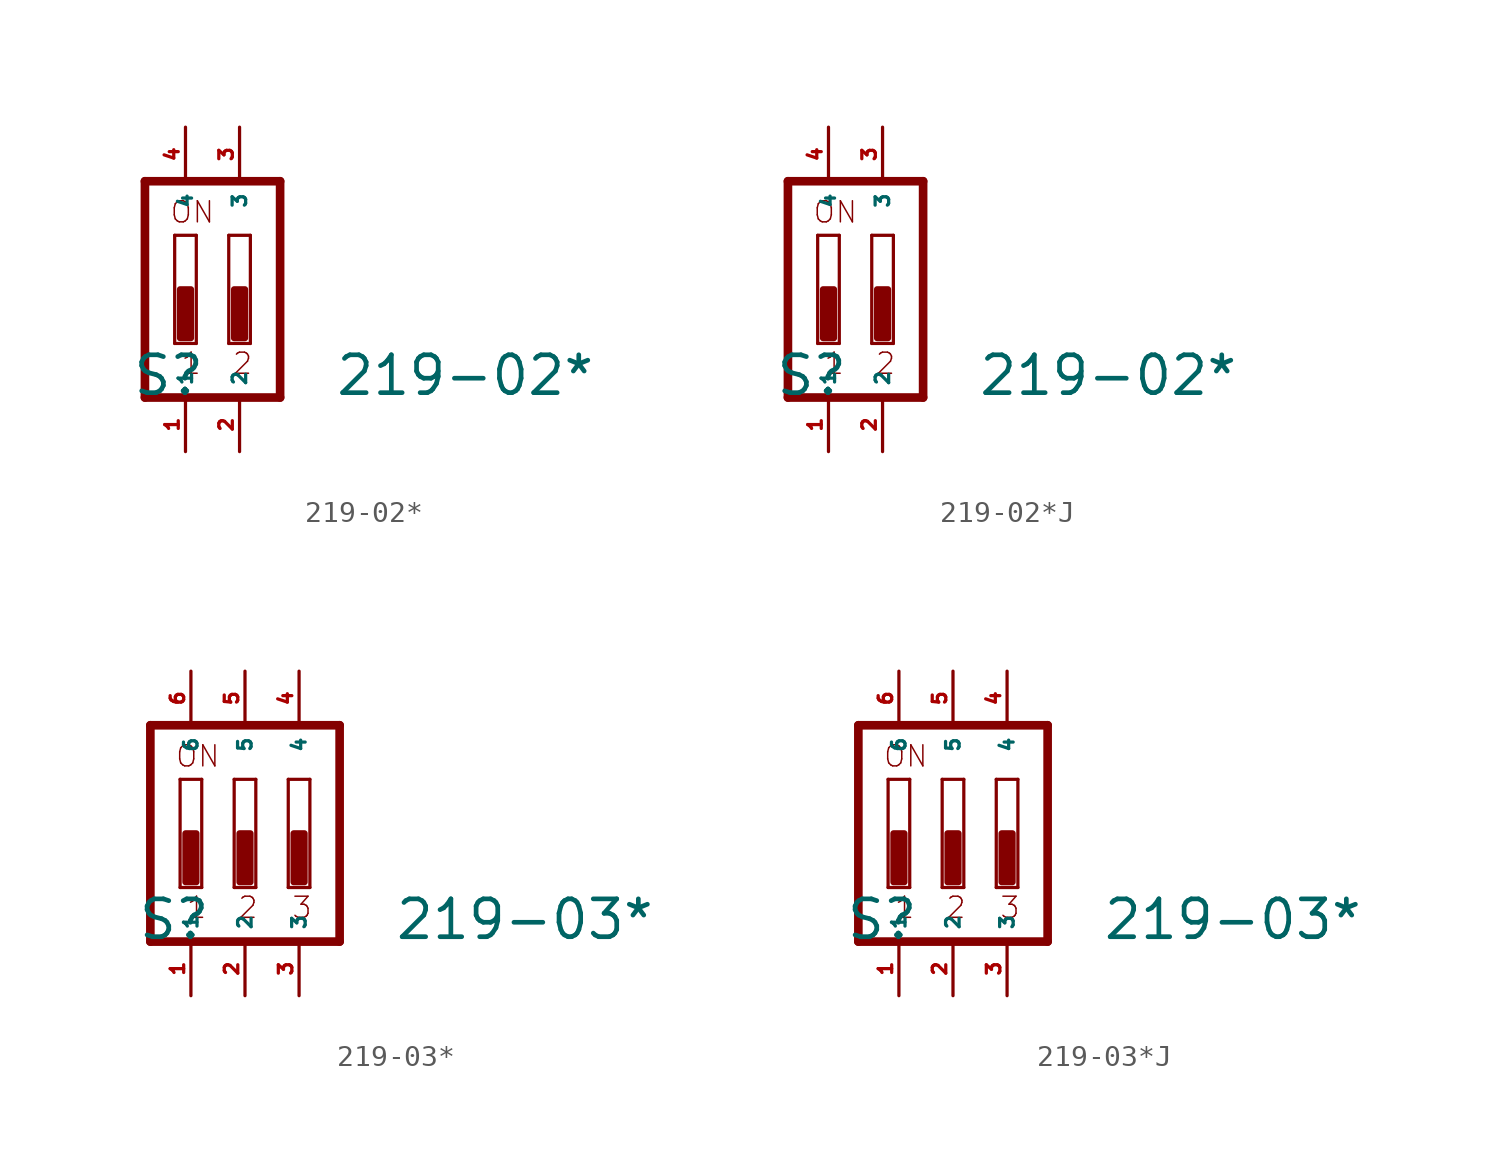
<source format=kicad_sym>
(kicad_symbol_lib
  (version 20220914)
  (generator Eagle2Kicad)
  (symbol "219-02*"
    (property "Reference" "S"
      (at -2.54 -5.08 0)
      (effects (font (size 1.778 1.778) (thickness 0.22)) (justify left bottom)))
    (property "Value" "219-02*"
      (at 6.985 -5.08 0)
      (effects (font (size 1.778 1.778) (thickness 0.22)) (justify left bottom)))
    (polyline
      (pts (xy -1.905 5.08) (xy -1.905 -5.08))
      (stroke (width 0.406) (type default))
      (fill (type none)))
    (polyline
      (pts (xy -1.905 5.08) (xy 4.445 5.08))
      (stroke (width 0.406) (type default))
      (fill (type none)))
    (polyline
      (pts (xy 4.445 -5.08) (xy 4.445 5.08))
      (stroke (width 0.406) (type default))
      (fill (type none)))
    (polyline
      (pts (xy 4.445 -5.08) (xy -1.905 -5.08))
      (stroke (width 0.406) (type default))
      (fill (type none)))
    (polyline
      (pts (xy 0.508 -2.54) (xy -0.508 -2.54))
      (stroke (width 0.152) (type default))
      (fill (type none)))
    (polyline
      (pts (xy -0.508 2.54) (xy 0.508 2.54))
      (stroke (width 0.152) (type default))
      (fill (type none)))
    (polyline
      (pts (xy 0.508 2.54) (xy 0.508 -2.54))
      (stroke (width 0.152) (type default))
      (fill (type none)))
    (polyline
      (pts (xy -0.508 -2.54) (xy -0.508 2.54))
      (stroke (width 0.152) (type default))
      (fill (type none)))
    (polyline
      (pts (xy 3.048 -2.54) (xy 2.032 -2.54))
      (stroke (width 0.152) (type default))
      (fill (type none)))
    (polyline
      (pts (xy 2.032 2.54) (xy 3.048 2.54))
      (stroke (width 0.152) (type default))
      (fill (type none)))
    (polyline
      (pts (xy 3.048 2.54) (xy 3.048 -2.54))
      (stroke (width 0.152) (type default))
      (fill (type none)))
    (polyline
      (pts (xy 2.032 -2.54) (xy 2.032 2.54))
      (stroke (width 0.152) (type default))
      (fill (type none)))
    (text "1"
      (at -0.254 -4.064 0)
      (effects (font (size 0.991 0.991) (thickness 0.07)) (justify left bottom)))
    (text "2"
      (at 2.159 -4.064 0)
      (effects (font (size 0.991 0.991) (thickness 0.07)) (justify left bottom)))
    (text "ON"
      (at -0.762 3.048 0)
      (effects (font (size 0.991 0.991) (thickness 0.07)) (justify left bottom)))
    (rectangle
      (start -0.254 -2.286)
      (end 0.254 0)
      (stroke (width 0.3) (type default))
      (fill (type outline)))
    (rectangle
      (start 2.286 -2.286)
      (end 2.794 0)
      (stroke (width 0.3) (type default))
      (fill (type outline)))
    (pin passive line
      (at 2.54 7.62 270)
      (length 2.54)
      (name "3" (effects (font (size 0.635 0.635) (thickness 0.08)) (justify left bottom)))
      (number "3" (effects (font (size 0.635 0.635) (thickness 0.08)) (justify left bottom))))
    (pin passive line
      (at 0 7.62 270)
      (length 2.54)
      (name "4" (effects (font (size 0.635 0.635) (thickness 0.08)) (justify left bottom)))
      (number "4" (effects (font (size 0.635 0.635) (thickness 0.08)) (justify left bottom))))
    (pin passive line
      (at 0 -7.62 90)
      (length 2.54)
      (name "1" (effects (font (size 0.635 0.635) (thickness 0.08)) (justify left bottom)))
      (number "1" (effects (font (size 0.635 0.635) (thickness 0.08)) (justify left bottom))))
    (pin passive line
      (at 2.54 -7.62 90)
      (length 2.54)
      (name "2" (effects (font (size 0.635 0.635) (thickness 0.08)) (justify left bottom)))
      (number "2" (effects (font (size 0.635 0.635) (thickness 0.08)) (justify left bottom)))))
  (symbol "219-02*J"
    (property "Reference" "S"
      (at -2.54 -5.08 0)
      (effects (font (size 1.778 1.778) (thickness 0.22)) (justify left bottom)))
    (property "Value" "219-02*"
      (at 6.985 -5.08 0)
      (effects (font (size 1.778 1.778) (thickness 0.22)) (justify left bottom)))
    (polyline
      (pts (xy -1.905 5.08) (xy -1.905 -5.08))
      (stroke (width 0.406) (type default))
      (fill (type none)))
    (polyline
      (pts (xy -1.905 5.08) (xy 4.445 5.08))
      (stroke (width 0.406) (type default))
      (fill (type none)))
    (polyline
      (pts (xy 4.445 -5.08) (xy 4.445 5.08))
      (stroke (width 0.406) (type default))
      (fill (type none)))
    (polyline
      (pts (xy 4.445 -5.08) (xy -1.905 -5.08))
      (stroke (width 0.406) (type default))
      (fill (type none)))
    (polyline
      (pts (xy 0.508 -2.54) (xy -0.508 -2.54))
      (stroke (width 0.152) (type default))
      (fill (type none)))
    (polyline
      (pts (xy -0.508 2.54) (xy 0.508 2.54))
      (stroke (width 0.152) (type default))
      (fill (type none)))
    (polyline
      (pts (xy 0.508 2.54) (xy 0.508 -2.54))
      (stroke (width 0.152) (type default))
      (fill (type none)))
    (polyline
      (pts (xy -0.508 -2.54) (xy -0.508 2.54))
      (stroke (width 0.152) (type default))
      (fill (type none)))
    (polyline
      (pts (xy 3.048 -2.54) (xy 2.032 -2.54))
      (stroke (width 0.152) (type default))
      (fill (type none)))
    (polyline
      (pts (xy 2.032 2.54) (xy 3.048 2.54))
      (stroke (width 0.152) (type default))
      (fill (type none)))
    (polyline
      (pts (xy 3.048 2.54) (xy 3.048 -2.54))
      (stroke (width 0.152) (type default))
      (fill (type none)))
    (polyline
      (pts (xy 2.032 -2.54) (xy 2.032 2.54))
      (stroke (width 0.152) (type default))
      (fill (type none)))
    (text "1"
      (at -0.254 -4.064 0)
      (effects (font (size 0.991 0.991) (thickness 0.07)) (justify left bottom)))
    (text "2"
      (at 2.159 -4.064 0)
      (effects (font (size 0.991 0.991) (thickness 0.07)) (justify left bottom)))
    (text "ON"
      (at -0.762 3.048 0)
      (effects (font (size 0.991 0.991) (thickness 0.07)) (justify left bottom)))
    (rectangle
      (start -0.254 -2.286)
      (end 0.254 0)
      (stroke (width 0.3) (type default))
      (fill (type outline)))
    (rectangle
      (start 2.286 -2.286)
      (end 2.794 0)
      (stroke (width 0.3) (type default))
      (fill (type outline)))
    (pin passive line
      (at 2.54 7.62 270)
      (length 2.54)
      (name "3" (effects (font (size 0.635 0.635) (thickness 0.08)) (justify left bottom)))
      (number "3" (effects (font (size 0.635 0.635) (thickness 0.08)) (justify left bottom))))
    (pin passive line
      (at 0 7.62 270)
      (length 2.54)
      (name "4" (effects (font (size 0.635 0.635) (thickness 0.08)) (justify left bottom)))
      (number "4" (effects (font (size 0.635 0.635) (thickness 0.08)) (justify left bottom))))
    (pin passive line
      (at 0 -7.62 90)
      (length 2.54)
      (name "1" (effects (font (size 0.635 0.635) (thickness 0.08)) (justify left bottom)))
      (number "1" (effects (font (size 0.635 0.635) (thickness 0.08)) (justify left bottom))))
    (pin passive line
      (at 2.54 -7.62 90)
      (length 2.54)
      (name "2" (effects (font (size 0.635 0.635) (thickness 0.08)) (justify left bottom)))
      (number "2" (effects (font (size 0.635 0.635) (thickness 0.08)) (justify left bottom)))))
  (symbol "219-03*"
    (property "Reference" "S"
      (at -5.08 -5.08 0)
      (effects (font (size 1.778 1.778) (thickness 0.22)) (justify left bottom)))
    (property "Value" "219-03*"
      (at 6.985 -5.08 0)
      (effects (font (size 1.778 1.778) (thickness 0.22)) (justify left bottom)))
    (polyline
      (pts (xy 4.445 5.08) (xy 4.445 -5.08))
      (stroke (width 0.406) (type default))
      (fill (type none)))
    (polyline
      (pts (xy 4.445 5.08) (xy -4.445 5.08))
      (stroke (width 0.406) (type default))
      (fill (type none)))
    (polyline
      (pts (xy -4.445 5.08) (xy -4.445 -5.08))
      (stroke (width 0.406) (type default))
      (fill (type none)))
    (polyline
      (pts (xy -4.445 -5.08) (xy 4.445 -5.08))
      (stroke (width 0.406) (type default))
      (fill (type none)))
    (polyline
      (pts (xy -2.032 -2.54) (xy -3.048 -2.54))
      (stroke (width 0.152) (type default))
      (fill (type none)))
    (polyline
      (pts (xy -3.048 2.54) (xy -2.032 2.54))
      (stroke (width 0.152) (type default))
      (fill (type none)))
    (polyline
      (pts (xy -2.032 2.54) (xy -2.032 -2.54))
      (stroke (width 0.152) (type default))
      (fill (type none)))
    (polyline
      (pts (xy -3.048 -2.54) (xy -3.048 2.54))
      (stroke (width 0.152) (type default))
      (fill (type none)))
    (polyline
      (pts (xy 0.508 -2.54) (xy -0.508 -2.54))
      (stroke (width 0.152) (type default))
      (fill (type none)))
    (polyline
      (pts (xy -0.508 2.54) (xy 0.508 2.54))
      (stroke (width 0.152) (type default))
      (fill (type none)))
    (polyline
      (pts (xy 0.508 2.54) (xy 0.508 -2.54))
      (stroke (width 0.152) (type default))
      (fill (type none)))
    (polyline
      (pts (xy -0.508 -2.54) (xy -0.508 2.54))
      (stroke (width 0.152) (type default))
      (fill (type none)))
    (polyline
      (pts (xy 3.048 -2.54) (xy 2.032 -2.54))
      (stroke (width 0.152) (type default))
      (fill (type none)))
    (polyline
      (pts (xy 2.032 2.54) (xy 3.048 2.54))
      (stroke (width 0.152) (type default))
      (fill (type none)))
    (polyline
      (pts (xy 3.048 2.54) (xy 3.048 -2.54))
      (stroke (width 0.152) (type default))
      (fill (type none)))
    (polyline
      (pts (xy 2.032 -2.54) (xy 2.032 2.54))
      (stroke (width 0.152) (type default))
      (fill (type none)))
    (text "1"
      (at -2.794 -4.064 0)
      (effects (font (size 0.991 0.991) (thickness 0.07)) (justify left bottom)))
    (text "2"
      (at -0.381 -4.064 0)
      (effects (font (size 0.991 0.991) (thickness 0.07)) (justify left bottom)))
    (text "3"
      (at 2.159 -4.064 0)
      (effects (font (size 0.991 0.991) (thickness 0.07)) (justify left bottom)))
    (text "ON"
      (at -3.302 3.048 0)
      (effects (font (size 0.991 0.991) (thickness 0.07)) (justify left bottom)))
    (rectangle
      (start -2.794 -2.286)
      (end -2.286 0)
      (stroke (width 0.3) (type default))
      (fill (type outline)))
    (rectangle
      (start -0.254 -2.286)
      (end 0.254 0)
      (stroke (width 0.3) (type default))
      (fill (type outline)))
    (rectangle
      (start 2.286 -2.286)
      (end 2.794 0)
      (stroke (width 0.3) (type default))
      (fill (type outline)))
    (pin passive line
      (at 2.54 7.62 270)
      (length 2.54)
      (name "4" (effects (font (size 0.635 0.635) (thickness 0.08)) (justify left bottom)))
      (number "4" (effects (font (size 0.635 0.635) (thickness 0.08)) (justify left bottom))))
    (pin passive line
      (at 0 7.62 270)
      (length 2.54)
      (name "5" (effects (font (size 0.635 0.635) (thickness 0.08)) (justify left bottom)))
      (number "5" (effects (font (size 0.635 0.635) (thickness 0.08)) (justify left bottom))))
    (pin passive line
      (at -2.54 7.62 270)
      (length 2.54)
      (name "6" (effects (font (size 0.635 0.635) (thickness 0.08)) (justify left bottom)))
      (number "6" (effects (font (size 0.635 0.635) (thickness 0.08)) (justify left bottom))))
    (pin passive line
      (at -2.54 -7.62 90)
      (length 2.54)
      (name "1" (effects (font (size 0.635 0.635) (thickness 0.08)) (justify left bottom)))
      (number "1" (effects (font (size 0.635 0.635) (thickness 0.08)) (justify left bottom))))
    (pin passive line
      (at 0 -7.62 90)
      (length 2.54)
      (name "2" (effects (font (size 0.635 0.635) (thickness 0.08)) (justify left bottom)))
      (number "2" (effects (font (size 0.635 0.635) (thickness 0.08)) (justify left bottom))))
    (pin passive line
      (at 2.54 -7.62 90)
      (length 2.54)
      (name "3" (effects (font (size 0.635 0.635) (thickness 0.08)) (justify left bottom)))
      (number "3" (effects (font (size 0.635 0.635) (thickness 0.08)) (justify left bottom)))))
  (symbol "219-03*J"
    (property "Reference" "S"
      (at -5.08 -5.08 0)
      (effects (font (size 1.778 1.778) (thickness 0.22)) (justify left bottom)))
    (property "Value" "219-03*"
      (at 6.985 -5.08 0)
      (effects (font (size 1.778 1.778) (thickness 0.22)) (justify left bottom)))
    (polyline
      (pts (xy 4.445 5.08) (xy 4.445 -5.08))
      (stroke (width 0.406) (type default))
      (fill (type none)))
    (polyline
      (pts (xy 4.445 5.08) (xy -4.445 5.08))
      (stroke (width 0.406) (type default))
      (fill (type none)))
    (polyline
      (pts (xy -4.445 5.08) (xy -4.445 -5.08))
      (stroke (width 0.406) (type default))
      (fill (type none)))
    (polyline
      (pts (xy -4.445 -5.08) (xy 4.445 -5.08))
      (stroke (width 0.406) (type default))
      (fill (type none)))
    (polyline
      (pts (xy -2.032 -2.54) (xy -3.048 -2.54))
      (stroke (width 0.152) (type default))
      (fill (type none)))
    (polyline
      (pts (xy -3.048 2.54) (xy -2.032 2.54))
      (stroke (width 0.152) (type default))
      (fill (type none)))
    (polyline
      (pts (xy -2.032 2.54) (xy -2.032 -2.54))
      (stroke (width 0.152) (type default))
      (fill (type none)))
    (polyline
      (pts (xy -3.048 -2.54) (xy -3.048 2.54))
      (stroke (width 0.152) (type default))
      (fill (type none)))
    (polyline
      (pts (xy 0.508 -2.54) (xy -0.508 -2.54))
      (stroke (width 0.152) (type default))
      (fill (type none)))
    (polyline
      (pts (xy -0.508 2.54) (xy 0.508 2.54))
      (stroke (width 0.152) (type default))
      (fill (type none)))
    (polyline
      (pts (xy 0.508 2.54) (xy 0.508 -2.54))
      (stroke (width 0.152) (type default))
      (fill (type none)))
    (polyline
      (pts (xy -0.508 -2.54) (xy -0.508 2.54))
      (stroke (width 0.152) (type default))
      (fill (type none)))
    (polyline
      (pts (xy 3.048 -2.54) (xy 2.032 -2.54))
      (stroke (width 0.152) (type default))
      (fill (type none)))
    (polyline
      (pts (xy 2.032 2.54) (xy 3.048 2.54))
      (stroke (width 0.152) (type default))
      (fill (type none)))
    (polyline
      (pts (xy 3.048 2.54) (xy 3.048 -2.54))
      (stroke (width 0.152) (type default))
      (fill (type none)))
    (polyline
      (pts (xy 2.032 -2.54) (xy 2.032 2.54))
      (stroke (width 0.152) (type default))
      (fill (type none)))
    (text "1"
      (at -2.794 -4.064 0)
      (effects (font (size 0.991 0.991) (thickness 0.07)) (justify left bottom)))
    (text "2"
      (at -0.381 -4.064 0)
      (effects (font (size 0.991 0.991) (thickness 0.07)) (justify left bottom)))
    (text "3"
      (at 2.159 -4.064 0)
      (effects (font (size 0.991 0.991) (thickness 0.07)) (justify left bottom)))
    (text "ON"
      (at -3.302 3.048 0)
      (effects (font (size 0.991 0.991) (thickness 0.07)) (justify left bottom)))
    (rectangle
      (start -2.794 -2.286)
      (end -2.286 0)
      (stroke (width 0.3) (type default))
      (fill (type outline)))
    (rectangle
      (start -0.254 -2.286)
      (end 0.254 0)
      (stroke (width 0.3) (type default))
      (fill (type outline)))
    (rectangle
      (start 2.286 -2.286)
      (end 2.794 0)
      (stroke (width 0.3) (type default))
      (fill (type outline)))
    (pin passive line
      (at 2.54 7.62 270)
      (length 2.54)
      (name "4" (effects (font (size 0.635 0.635) (thickness 0.08)) (justify left bottom)))
      (number "4" (effects (font (size 0.635 0.635) (thickness 0.08)) (justify left bottom))))
    (pin passive line
      (at 0 7.62 270)
      (length 2.54)
      (name "5" (effects (font (size 0.635 0.635) (thickness 0.08)) (justify left bottom)))
      (number "5" (effects (font (size 0.635 0.635) (thickness 0.08)) (justify left bottom))))
    (pin passive line
      (at -2.54 7.62 270)
      (length 2.54)
      (name "6" (effects (font (size 0.635 0.635) (thickness 0.08)) (justify left bottom)))
      (number "6" (effects (font (size 0.635 0.635) (thickness 0.08)) (justify left bottom))))
    (pin passive line
      (at -2.54 -7.62 90)
      (length 2.54)
      (name "1" (effects (font (size 0.635 0.635) (thickness 0.08)) (justify left bottom)))
      (number "1" (effects (font (size 0.635 0.635) (thickness 0.08)) (justify left bottom))))
    (pin passive line
      (at 0 -7.62 90)
      (length 2.54)
      (name "2" (effects (font (size 0.635 0.635) (thickness 0.08)) (justify left bottom)))
      (number "2" (effects (font (size 0.635 0.635) (thickness 0.08)) (justify left bottom))))
    (pin passive line
      (at 2.54 -7.62 90)
      (length 2.54)
      (name "3" (effects (font (size 0.635 0.635) (thickness 0.08)) (justify left bottom)))
      (number "3" (effects (font (size 0.635 0.635) (thickness 0.08)) (justify left bottom))))))
</source>
